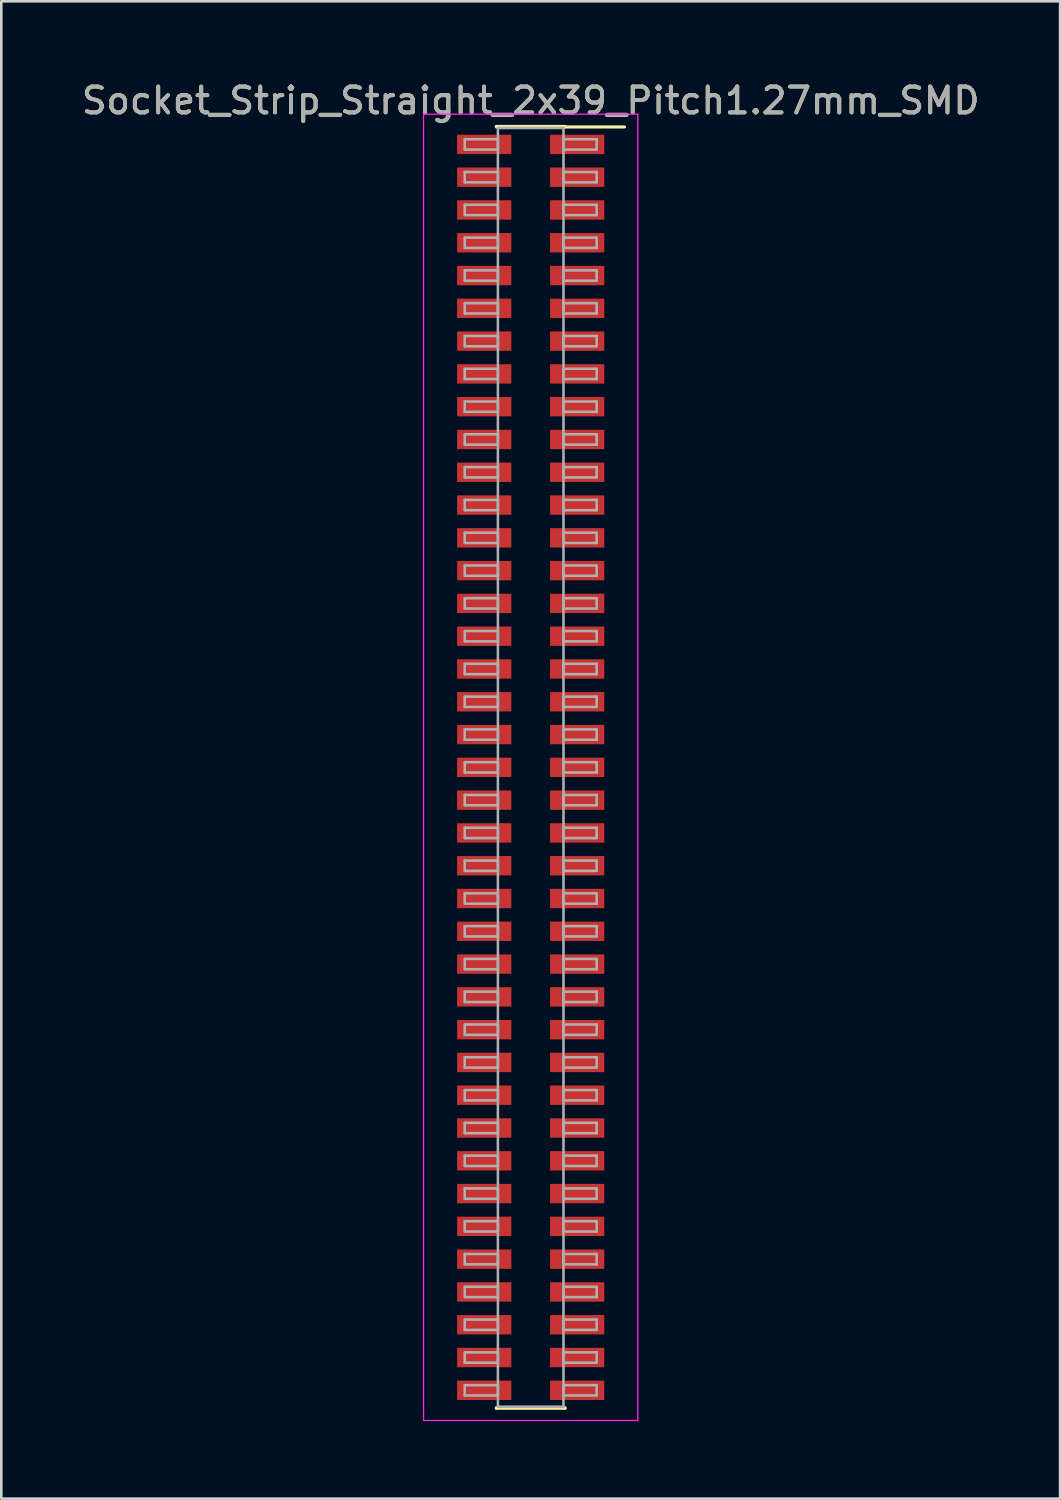
<source format=kicad_pcb>
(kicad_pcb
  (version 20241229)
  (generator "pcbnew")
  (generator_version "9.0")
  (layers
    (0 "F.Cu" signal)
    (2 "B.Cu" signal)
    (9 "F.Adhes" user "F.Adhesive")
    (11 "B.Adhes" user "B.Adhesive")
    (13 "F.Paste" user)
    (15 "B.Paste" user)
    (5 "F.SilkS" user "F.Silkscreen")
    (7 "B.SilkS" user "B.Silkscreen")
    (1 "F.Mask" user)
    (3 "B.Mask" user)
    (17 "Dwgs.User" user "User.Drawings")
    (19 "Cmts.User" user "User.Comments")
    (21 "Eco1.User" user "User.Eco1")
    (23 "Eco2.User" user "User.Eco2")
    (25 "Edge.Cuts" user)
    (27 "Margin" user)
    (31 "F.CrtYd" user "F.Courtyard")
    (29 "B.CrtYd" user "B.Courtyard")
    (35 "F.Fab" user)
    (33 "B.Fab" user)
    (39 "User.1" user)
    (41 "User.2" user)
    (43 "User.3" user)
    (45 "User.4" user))
  (footprint "Socket_Strip_Straight_2x39_Pitch1.27mm_SMD"
    (layer "F.Cu")
    (at 17.506 26.673)
    (property "Reference" "Socket_Strip_Straight_2x39_Pitch1.27mm_SMD" (at 0 -25.825 0) (layer "F.SilkS") (effects (font (size 1 1) (thickness 0.15))))
    (attr smd)
    (fp_line (start -1.33 -24.825) (end 1.33 -24.825) (stroke (width 0.12) (type solid)) (layer "F.SilkS"))
    (fp_line (start -1.33 -24.805) (end -1.33 -24.825) (stroke (width 0.12) (type solid)) (layer "F.SilkS"))
    (fp_line (start -1.33 24.805) (end -1.33 24.825) (stroke (width 0.12) (type solid)) (layer "F.SilkS"))
    (fp_line (start -1.33 24.825) (end 1.33 24.825) (stroke (width 0.12) (type solid)) (layer "F.SilkS"))
    (fp_line (start 1.33 -24.825) (end 1.33 -24.805) (stroke (width 0.12) (type solid)) (layer "F.SilkS"))
    (fp_line (start 1.33 24.825) (end 1.33 24.805) (stroke (width 0.12) (type solid)) (layer "F.SilkS"))
    (fp_line (start 3.635 -24.805) (end 1.33 -24.805) (stroke (width 0.12) (type solid)) (layer "F.SilkS"))
    (fp_line (start -4.15 -25.3) (end -4.15 25.3) (stroke (width 0.05) (type solid)) (layer "F.CrtYd"))
    (fp_line (start -4.15 25.3) (end 4.15 25.3) (stroke (width 0.05) (type solid)) (layer "F.CrtYd"))
    (fp_line (start 4.15 -25.3) (end -4.15 -25.3) (stroke (width 0.05) (type solid)) (layer "F.CrtYd"))
    (fp_line (start 4.15 25.3) (end 4.15 -25.3) (stroke (width 0.05) (type solid)) (layer "F.CrtYd"))
    (fp_line (start -2.555 -24.33) (end -1.27 -24.33) (stroke (width 0.1) (type solid)) (layer "F.Fab"))
    (fp_line (start -2.555 -23.93) (end -2.555 -24.33) (stroke (width 0.1) (type solid)) (layer "F.Fab"))
    (fp_line (start -2.555 -23.06) (end -1.27 -23.06) (stroke (width 0.1) (type solid)) (layer "F.Fab"))
    (fp_line (start -2.555 -22.66) (end -2.555 -23.06) (stroke (width 0.1) (type solid)) (layer "F.Fab"))
    (fp_line (start -2.555 -21.79) (end -1.27 -21.79) (stroke (width 0.1) (type solid)) (layer "F.Fab"))
    (fp_line (start -2.555 -21.39) (end -2.555 -21.79) (stroke (width 0.1) (type solid)) (layer "F.Fab"))
    (fp_line (start -2.555 -20.52) (end -1.27 -20.52) (stroke (width 0.1) (type solid)) (layer "F.Fab"))
    (fp_line (start -2.555 -20.12) (end -2.555 -20.52) (stroke (width 0.1) (type solid)) (layer "F.Fab"))
    (fp_line (start -2.555 -19.25) (end -1.27 -19.25) (stroke (width 0.1) (type solid)) (layer "F.Fab"))
    (fp_line (start -2.555 -18.85) (end -2.555 -19.25) (stroke (width 0.1) (type solid)) (layer "F.Fab"))
    (fp_line (start -2.555 -17.98) (end -1.27 -17.98) (stroke (width 0.1) (type solid)) (layer "F.Fab"))
    (fp_line (start -2.555 -17.58) (end -2.555 -17.98) (stroke (width 0.1) (type solid)) (layer "F.Fab"))
    (fp_line (start -2.555 -16.71) (end -1.27 -16.71) (stroke (width 0.1) (type solid)) (layer "F.Fab"))
    (fp_line (start -2.555 -16.31) (end -2.555 -16.71) (stroke (width 0.1) (type solid)) (layer "F.Fab"))
    (fp_line (start -2.555 -15.44) (end -1.27 -15.44) (stroke (width 0.1) (type solid)) (layer "F.Fab"))
    (fp_line (start -2.555 -15.04) (end -2.555 -15.44) (stroke (width 0.1) (type solid)) (layer "F.Fab"))
    (fp_line (start -2.555 -14.17) (end -1.27 -14.17) (stroke (width 0.1) (type solid)) (layer "F.Fab"))
    (fp_line (start -2.555 -13.77) (end -2.555 -14.17) (stroke (width 0.1) (type solid)) (layer "F.Fab"))
    (fp_line (start -2.555 -12.9) (end -1.27 -12.9) (stroke (width 0.1) (type solid)) (layer "F.Fab"))
    (fp_line (start -2.555 -12.5) (end -2.555 -12.9) (stroke (width 0.1) (type solid)) (layer "F.Fab"))
    (fp_line (start -2.555 -11.63) (end -1.27 -11.63) (stroke (width 0.1) (type solid)) (layer "F.Fab"))
    (fp_line (start -2.555 -11.23) (end -2.555 -11.63) (stroke (width 0.1) (type solid)) (layer "F.Fab"))
    (fp_line (start -2.555 -10.36) (end -1.27 -10.36) (stroke (width 0.1) (type solid)) (layer "F.Fab"))
    (fp_line (start -2.555 -9.96) (end -2.555 -10.36) (stroke (width 0.1) (type solid)) (layer "F.Fab"))
    (fp_line (start -2.555 -9.09) (end -1.27 -9.09) (stroke (width 0.1) (type solid)) (layer "F.Fab"))
    (fp_line (start -2.555 -8.69) (end -2.555 -9.09) (stroke (width 0.1) (type solid)) (layer "F.Fab"))
    (fp_line (start -2.555 -7.82) (end -1.27 -7.82) (stroke (width 0.1) (type solid)) (layer "F.Fab"))
    (fp_line (start -2.555 -7.42) (end -2.555 -7.82) (stroke (width 0.1) (type solid)) (layer "F.Fab"))
    (fp_line (start -2.555 -6.55) (end -1.27 -6.55) (stroke (width 0.1) (type solid)) (layer "F.Fab"))
    (fp_line (start -2.555 -6.15) (end -2.555 -6.55) (stroke (width 0.1) (type solid)) (layer "F.Fab"))
    (fp_line (start -2.555 -5.28) (end -1.27 -5.28) (stroke (width 0.1) (type solid)) (layer "F.Fab"))
    (fp_line (start -2.555 -4.88) (end -2.555 -5.28) (stroke (width 0.1) (type solid)) (layer "F.Fab"))
    (fp_line (start -2.555 -4.01) (end -1.27 -4.01) (stroke (width 0.1) (type solid)) (layer "F.Fab"))
    (fp_line (start -2.555 -3.61) (end -2.555 -4.01) (stroke (width 0.1) (type solid)) (layer "F.Fab"))
    (fp_line (start -2.555 -2.74) (end -1.27 -2.74) (stroke (width 0.1) (type solid)) (layer "F.Fab"))
    (fp_line (start -2.555 -2.34) (end -2.555 -2.74) (stroke (width 0.1) (type solid)) (layer "F.Fab"))
    (fp_line (start -2.555 -1.47) (end -1.27 -1.47) (stroke (width 0.1) (type solid)) (layer "F.Fab"))
    (fp_line (start -2.555 -1.07) (end -2.555 -1.47) (stroke (width 0.1) (type solid)) (layer "F.Fab"))
    (fp_line (start -2.555 -0.2) (end -1.27 -0.2) (stroke (width 0.1) (type solid)) (layer "F.Fab"))
    (fp_line (start -2.555 0.2) (end -2.555 -0.2) (stroke (width 0.1) (type solid)) (layer "F.Fab"))
    (fp_line (start -2.555 1.07) (end -1.27 1.07) (stroke (width 0.1) (type solid)) (layer "F.Fab"))
    (fp_line (start -2.555 1.47) (end -2.555 1.07) (stroke (width 0.1) (type solid)) (layer "F.Fab"))
    (fp_line (start -2.555 2.34) (end -1.27 2.34) (stroke (width 0.1) (type solid)) (layer "F.Fab"))
    (fp_line (start -2.555 2.74) (end -2.555 2.34) (stroke (width 0.1) (type solid)) (layer "F.Fab"))
    (fp_line (start -2.555 3.61) (end -1.27 3.61) (stroke (width 0.1) (type solid)) (layer "F.Fab"))
    (fp_line (start -2.555 4.01) (end -2.555 3.61) (stroke (width 0.1) (type solid)) (layer "F.Fab"))
    (fp_line (start -2.555 4.88) (end -1.27 4.88) (stroke (width 0.1) (type solid)) (layer "F.Fab"))
    (fp_line (start -2.555 5.28) (end -2.555 4.88) (stroke (width 0.1) (type solid)) (layer "F.Fab"))
    (fp_line (start -2.555 6.15) (end -1.27 6.15) (stroke (width 0.1) (type solid)) (layer "F.Fab"))
    (fp_line (start -2.555 6.55) (end -2.555 6.15) (stroke (width 0.1) (type solid)) (layer "F.Fab"))
    (fp_line (start -2.555 7.42) (end -1.27 7.42) (stroke (width 0.1) (type solid)) (layer "F.Fab"))
    (fp_line (start -2.555 7.82) (end -2.555 7.42) (stroke (width 0.1) (type solid)) (layer "F.Fab"))
    (fp_line (start -2.555 8.69) (end -1.27 8.69) (stroke (width 0.1) (type solid)) (layer "F.Fab"))
    (fp_line (start -2.555 9.09) (end -2.555 8.69) (stroke (width 0.1) (type solid)) (layer "F.Fab"))
    (fp_line (start -2.555 9.96) (end -1.27 9.96) (stroke (width 0.1) (type solid)) (layer "F.Fab"))
    (fp_line (start -2.555 10.36) (end -2.555 9.96) (stroke (width 0.1) (type solid)) (layer "F.Fab"))
    (fp_line (start -2.555 11.23) (end -1.27 11.23) (stroke (width 0.1) (type solid)) (layer "F.Fab"))
    (fp_line (start -2.555 11.63) (end -2.555 11.23) (stroke (width 0.1) (type solid)) (layer "F.Fab"))
    (fp_line (start -2.555 12.5) (end -1.27 12.5) (stroke (width 0.1) (type solid)) (layer "F.Fab"))
    (fp_line (start -2.555 12.9) (end -2.555 12.5) (stroke (width 0.1) (type solid)) (layer "F.Fab"))
    (fp_line (start -2.555 13.77) (end -1.27 13.77) (stroke (width 0.1) (type solid)) (layer "F.Fab"))
    (fp_line (start -2.555 14.17) (end -2.555 13.77) (stroke (width 0.1) (type solid)) (layer "F.Fab"))
    (fp_line (start -2.555 15.04) (end -1.27 15.04) (stroke (width 0.1) (type solid)) (layer "F.Fab"))
    (fp_line (start -2.555 15.44) (end -2.555 15.04) (stroke (width 0.1) (type solid)) (layer "F.Fab"))
    (fp_line (start -2.555 16.31) (end -1.27 16.31) (stroke (width 0.1) (type solid)) (layer "F.Fab"))
    (fp_line (start -2.555 16.71) (end -2.555 16.31) (stroke (width 0.1) (type solid)) (layer "F.Fab"))
    (fp_line (start -2.555 17.58) (end -1.27 17.58) (stroke (width 0.1) (type solid)) (layer "F.Fab"))
    (fp_line (start -2.555 17.98) (end -2.555 17.58) (stroke (width 0.1) (type solid)) (layer "F.Fab"))
    (fp_line (start -2.555 18.85) (end -1.27 18.85) (stroke (width 0.1) (type solid)) (layer "F.Fab"))
    (fp_line (start -2.555 19.25) (end -2.555 18.85) (stroke (width 0.1) (type solid)) (layer "F.Fab"))
    (fp_line (start -2.555 20.12) (end -1.27 20.12) (stroke (width 0.1) (type solid)) (layer "F.Fab"))
    (fp_line (start -2.555 20.52) (end -2.555 20.12) (stroke (width 0.1) (type solid)) (layer "F.Fab"))
    (fp_line (start -2.555 21.39) (end -1.27 21.39) (stroke (width 0.1) (type solid)) (layer "F.Fab"))
    (fp_line (start -2.555 21.79) (end -2.555 21.39) (stroke (width 0.1) (type solid)) (layer "F.Fab"))
    (fp_line (start -2.555 22.66) (end -1.27 22.66) (stroke (width 0.1) (type solid)) (layer "F.Fab"))
    (fp_line (start -2.555 23.06) (end -2.555 22.66) (stroke (width 0.1) (type solid)) (layer "F.Fab"))
    (fp_line (start -2.555 23.93) (end -1.27 23.93) (stroke (width 0.1) (type solid)) (layer "F.Fab"))
    (fp_line (start -2.555 24.33) (end -2.555 23.93) (stroke (width 0.1) (type solid)) (layer "F.Fab"))
    (fp_line (start -1.27 -24.765) (end -1.27 24.765) (stroke (width 0.1) (type solid)) (layer "F.Fab"))
    (fp_line (start -1.27 -24.33) (end -1.27 -23.93) (stroke (width 0.1) (type solid)) (layer "F.Fab"))
    (fp_line (start -1.27 -23.93) (end -2.555 -23.93) (stroke (width 0.1) (type solid)) (layer "F.Fab"))
    (fp_line (start -1.27 -23.06) (end -1.27 -22.66) (stroke (width 0.1) (type solid)) (layer "F.Fab"))
    (fp_line (start -1.27 -22.66) (end -2.555 -22.66) (stroke (width 0.1) (type solid)) (layer "F.Fab"))
    (fp_line (start -1.27 -21.79) (end -1.27 -21.39) (stroke (width 0.1) (type solid)) (layer "F.Fab"))
    (fp_line (start -1.27 -21.39) (end -2.555 -21.39) (stroke (width 0.1) (type solid)) (layer "F.Fab"))
    (fp_line (start -1.27 -20.52) (end -1.27 -20.12) (stroke (width 0.1) (type solid)) (layer "F.Fab"))
    (fp_line (start -1.27 -20.12) (end -2.555 -20.12) (stroke (width 0.1) (type solid)) (layer "F.Fab"))
    (fp_line (start -1.27 -19.25) (end -1.27 -18.85) (stroke (width 0.1) (type solid)) (layer "F.Fab"))
    (fp_line (start -1.27 -18.85) (end -2.555 -18.85) (stroke (width 0.1) (type solid)) (layer "F.Fab"))
    (fp_line (start -1.27 -17.98) (end -1.27 -17.58) (stroke (width 0.1) (type solid)) (layer "F.Fab"))
    (fp_line (start -1.27 -17.58) (end -2.555 -17.58) (stroke (width 0.1) (type solid)) (layer "F.Fab"))
    (fp_line (start -1.27 -16.71) (end -1.27 -16.31) (stroke (width 0.1) (type solid)) (layer "F.Fab"))
    (fp_line (start -1.27 -16.31) (end -2.555 -16.31) (stroke (width 0.1) (type solid)) (layer "F.Fab"))
    (fp_line (start -1.27 -15.44) (end -1.27 -15.04) (stroke (width 0.1) (type solid)) (layer "F.Fab"))
    (fp_line (start -1.27 -15.04) (end -2.555 -15.04) (stroke (width 0.1) (type solid)) (layer "F.Fab"))
    (fp_line (start -1.27 -14.17) (end -1.27 -13.77) (stroke (width 0.1) (type solid)) (layer "F.Fab"))
    (fp_line (start -1.27 -13.77) (end -2.555 -13.77) (stroke (width 0.1) (type solid)) (layer "F.Fab"))
    (fp_line (start -1.27 -12.9) (end -1.27 -12.5) (stroke (width 0.1) (type solid)) (layer "F.Fab"))
    (fp_line (start -1.27 -12.5) (end -2.555 -12.5) (stroke (width 0.1) (type solid)) (layer "F.Fab"))
    (fp_line (start -1.27 -11.63) (end -1.27 -11.23) (stroke (width 0.1) (type solid)) (layer "F.Fab"))
    (fp_line (start -1.27 -11.23) (end -2.555 -11.23) (stroke (width 0.1) (type solid)) (layer "F.Fab"))
    (fp_line (start -1.27 -10.36) (end -1.27 -9.96) (stroke (width 0.1) (type solid)) (layer "F.Fab"))
    (fp_line (start -1.27 -9.96) (end -2.555 -9.96) (stroke (width 0.1) (type solid)) (layer "F.Fab"))
    (fp_line (start -1.27 -9.09) (end -1.27 -8.69) (stroke (width 0.1) (type solid)) (layer "F.Fab"))
    (fp_line (start -1.27 -8.69) (end -2.555 -8.69) (stroke (width 0.1) (type solid)) (layer "F.Fab"))
    (fp_line (start -1.27 -7.82) (end -1.27 -7.42) (stroke (width 0.1) (type solid)) (layer "F.Fab"))
    (fp_line (start -1.27 -7.42) (end -2.555 -7.42) (stroke (width 0.1) (type solid)) (layer "F.Fab"))
    (fp_line (start -1.27 -6.55) (end -1.27 -6.15) (stroke (width 0.1) (type solid)) (layer "F.Fab"))
    (fp_line (start -1.27 -6.15) (end -2.555 -6.15) (stroke (width 0.1) (type solid)) (layer "F.Fab"))
    (fp_line (start -1.27 -5.28) (end -1.27 -4.88) (stroke (width 0.1) (type solid)) (layer "F.Fab"))
    (fp_line (start -1.27 -4.88) (end -2.555 -4.88) (stroke (width 0.1) (type solid)) (layer "F.Fab"))
    (fp_line (start -1.27 -4.01) (end -1.27 -3.61) (stroke (width 0.1) (type solid)) (layer "F.Fab"))
    (fp_line (start -1.27 -3.61) (end -2.555 -3.61) (stroke (width 0.1) (type solid)) (layer "F.Fab"))
    (fp_line (start -1.27 -2.74) (end -1.27 -2.34) (stroke (width 0.1) (type solid)) (layer "F.Fab"))
    (fp_line (start -1.27 -2.34) (end -2.555 -2.34) (stroke (width 0.1) (type solid)) (layer "F.Fab"))
    (fp_line (start -1.27 -1.47) (end -1.27 -1.07) (stroke (width 0.1) (type solid)) (layer "F.Fab"))
    (fp_line (start -1.27 -1.07) (end -2.555 -1.07) (stroke (width 0.1) (type solid)) (layer "F.Fab"))
    (fp_line (start -1.27 -0.2) (end -1.27 0.2) (stroke (width 0.1) (type solid)) (layer "F.Fab"))
    (fp_line (start -1.27 0.2) (end -2.555 0.2) (stroke (width 0.1) (type solid)) (layer "F.Fab"))
    (fp_line (start -1.27 1.07) (end -1.27 1.47) (stroke (width 0.1) (type solid)) (layer "F.Fab"))
    (fp_line (start -1.27 1.47) (end -2.555 1.47) (stroke (width 0.1) (type solid)) (layer "F.Fab"))
    (fp_line (start -1.27 2.34) (end -1.27 2.74) (stroke (width 0.1) (type solid)) (layer "F.Fab"))
    (fp_line (start -1.27 2.74) (end -2.555 2.74) (stroke (width 0.1) (type solid)) (layer "F.Fab"))
    (fp_line (start -1.27 3.61) (end -1.27 4.01) (stroke (width 0.1) (type solid)) (layer "F.Fab"))
    (fp_line (start -1.27 4.01) (end -2.555 4.01) (stroke (width 0.1) (type solid)) (layer "F.Fab"))
    (fp_line (start -1.27 4.88) (end -1.27 5.28) (stroke (width 0.1) (type solid)) (layer "F.Fab"))
    (fp_line (start -1.27 5.28) (end -2.555 5.28) (stroke (width 0.1) (type solid)) (layer "F.Fab"))
    (fp_line (start -1.27 6.15) (end -1.27 6.55) (stroke (width 0.1) (type solid)) (layer "F.Fab"))
    (fp_line (start -1.27 6.55) (end -2.555 6.55) (stroke (width 0.1) (type solid)) (layer "F.Fab"))
    (fp_line (start -1.27 7.42) (end -1.27 7.82) (stroke (width 0.1) (type solid)) (layer "F.Fab"))
    (fp_line (start -1.27 7.82) (end -2.555 7.82) (stroke (width 0.1) (type solid)) (layer "F.Fab"))
    (fp_line (start -1.27 8.69) (end -1.27 9.09) (stroke (width 0.1) (type solid)) (layer "F.Fab"))
    (fp_line (start -1.27 9.09) (end -2.555 9.09) (stroke (width 0.1) (type solid)) (layer "F.Fab"))
    (fp_line (start -1.27 9.96) (end -1.27 10.36) (stroke (width 0.1) (type solid)) (layer "F.Fab"))
    (fp_line (start -1.27 10.36) (end -2.555 10.36) (stroke (width 0.1) (type solid)) (layer "F.Fab"))
    (fp_line (start -1.27 11.23) (end -1.27 11.63) (stroke (width 0.1) (type solid)) (layer "F.Fab"))
    (fp_line (start -1.27 11.63) (end -2.555 11.63) (stroke (width 0.1) (type solid)) (layer "F.Fab"))
    (fp_line (start -1.27 12.5) (end -1.27 12.9) (stroke (width 0.1) (type solid)) (layer "F.Fab"))
    (fp_line (start -1.27 12.9) (end -2.555 12.9) (stroke (width 0.1) (type solid)) (layer "F.Fab"))
    (fp_line (start -1.27 13.77) (end -1.27 14.17) (stroke (width 0.1) (type solid)) (layer "F.Fab"))
    (fp_line (start -1.27 14.17) (end -2.555 14.17) (stroke (width 0.1) (type solid)) (layer "F.Fab"))
    (fp_line (start -1.27 15.04) (end -1.27 15.44) (stroke (width 0.1) (type solid)) (layer "F.Fab"))
    (fp_line (start -1.27 15.44) (end -2.555 15.44) (stroke (width 0.1) (type solid)) (layer "F.Fab"))
    (fp_line (start -1.27 16.31) (end -1.27 16.71) (stroke (width 0.1) (type solid)) (layer "F.Fab"))
    (fp_line (start -1.27 16.71) (end -2.555 16.71) (stroke (width 0.1) (type solid)) (layer "F.Fab"))
    (fp_line (start -1.27 17.58) (end -1.27 17.98) (stroke (width 0.1) (type solid)) (layer "F.Fab"))
    (fp_line (start -1.27 17.98) (end -2.555 17.98) (stroke (width 0.1) (type solid)) (layer "F.Fab"))
    (fp_line (start -1.27 18.85) (end -1.27 19.25) (stroke (width 0.1) (type solid)) (layer "F.Fab"))
    (fp_line (start -1.27 19.25) (end -2.555 19.25) (stroke (width 0.1) (type solid)) (layer "F.Fab"))
    (fp_line (start -1.27 20.12) (end -1.27 20.52) (stroke (width 0.1) (type solid)) (layer "F.Fab"))
    (fp_line (start -1.27 20.52) (end -2.555 20.52) (stroke (width 0.1) (type solid)) (layer "F.Fab"))
    (fp_line (start -1.27 21.39) (end -1.27 21.79) (stroke (width 0.1) (type solid)) (layer "F.Fab"))
    (fp_line (start -1.27 21.79) (end -2.555 21.79) (stroke (width 0.1) (type solid)) (layer "F.Fab"))
    (fp_line (start -1.27 22.66) (end -1.27 23.06) (stroke (width 0.1) (type solid)) (layer "F.Fab"))
    (fp_line (start -1.27 23.06) (end -2.555 23.06) (stroke (width 0.1) (type solid)) (layer "F.Fab"))
    (fp_line (start -1.27 23.93) (end -1.27 24.33) (stroke (width 0.1) (type solid)) (layer "F.Fab"))
    (fp_line (start -1.27 24.33) (end -2.555 24.33) (stroke (width 0.1) (type solid)) (layer "F.Fab"))
    (fp_line (start -1.27 24.765) (end 1.27 24.765) (stroke (width 0.1) (type solid)) (layer "F.Fab"))
    (fp_line (start 1.27 -24.765) (end -1.27 -24.765) (stroke (width 0.1) (type solid)) (layer "F.Fab"))
    (fp_line (start 1.27 -24.33) (end 1.27 -23.93) (stroke (width 0.1) (type solid)) (layer "F.Fab"))
    (fp_line (start 1.27 -23.93) (end 2.555 -23.93) (stroke (width 0.1) (type solid)) (layer "F.Fab"))
    (fp_line (start 1.27 -23.06) (end 1.27 -22.66) (stroke (width 0.1) (type solid)) (layer "F.Fab"))
    (fp_line (start 1.27 -22.66) (end 2.555 -22.66) (stroke (width 0.1) (type solid)) (layer "F.Fab"))
    (fp_line (start 1.27 -21.79) (end 1.27 -21.39) (stroke (width 0.1) (type solid)) (layer "F.Fab"))
    (fp_line (start 1.27 -21.39) (end 2.555 -21.39) (stroke (width 0.1) (type solid)) (layer "F.Fab"))
    (fp_line (start 1.27 -20.52) (end 1.27 -20.12) (stroke (width 0.1) (type solid)) (layer "F.Fab"))
    (fp_line (start 1.27 -20.12) (end 2.555 -20.12) (stroke (width 0.1) (type solid)) (layer "F.Fab"))
    (fp_line (start 1.27 -19.25) (end 1.27 -18.85) (stroke (width 0.1) (type solid)) (layer "F.Fab"))
    (fp_line (start 1.27 -18.85) (end 2.555 -18.85) (stroke (width 0.1) (type solid)) (layer "F.Fab"))
    (fp_line (start 1.27 -17.98) (end 1.27 -17.58) (stroke (width 0.1) (type solid)) (layer "F.Fab"))
    (fp_line (start 1.27 -17.58) (end 2.555 -17.58) (stroke (width 0.1) (type solid)) (layer "F.Fab"))
    (fp_line (start 1.27 -16.71) (end 1.27 -16.31) (stroke (width 0.1) (type solid)) (layer "F.Fab"))
    (fp_line (start 1.27 -16.31) (end 2.555 -16.31) (stroke (width 0.1) (type solid)) (layer "F.Fab"))
    (fp_line (start 1.27 -15.44) (end 1.27 -15.04) (stroke (width 0.1) (type solid)) (layer "F.Fab"))
    (fp_line (start 1.27 -15.04) (end 2.555 -15.04) (stroke (width 0.1) (type solid)) (layer "F.Fab"))
    (fp_line (start 1.27 -14.17) (end 1.27 -13.77) (stroke (width 0.1) (type solid)) (layer "F.Fab"))
    (fp_line (start 1.27 -13.77) (end 2.555 -13.77) (stroke (width 0.1) (type solid)) (layer "F.Fab"))
    (fp_line (start 1.27 -12.9) (end 1.27 -12.5) (stroke (width 0.1) (type solid)) (layer "F.Fab"))
    (fp_line (start 1.27 -12.5) (end 2.555 -12.5) (stroke (width 0.1) (type solid)) (layer "F.Fab"))
    (fp_line (start 1.27 -11.63) (end 1.27 -11.23) (stroke (width 0.1) (type solid)) (layer "F.Fab"))
    (fp_line (start 1.27 -11.23) (end 2.555 -11.23) (stroke (width 0.1) (type solid)) (layer "F.Fab"))
    (fp_line (start 1.27 -10.36) (end 1.27 -9.96) (stroke (width 0.1) (type solid)) (layer "F.Fab"))
    (fp_line (start 1.27 -9.96) (end 2.555 -9.96) (stroke (width 0.1) (type solid)) (layer "F.Fab"))
    (fp_line (start 1.27 -9.09) (end 1.27 -8.69) (stroke (width 0.1) (type solid)) (layer "F.Fab"))
    (fp_line (start 1.27 -8.69) (end 2.555 -8.69) (stroke (width 0.1) (type solid)) (layer "F.Fab"))
    (fp_line (start 1.27 -7.82) (end 1.27 -7.42) (stroke (width 0.1) (type solid)) (layer "F.Fab"))
    (fp_line (start 1.27 -7.42) (end 2.555 -7.42) (stroke (width 0.1) (type solid)) (layer "F.Fab"))
    (fp_line (start 1.27 -6.55) (end 1.27 -6.15) (stroke (width 0.1) (type solid)) (layer "F.Fab"))
    (fp_line (start 1.27 -6.15) (end 2.555 -6.15) (stroke (width 0.1) (type solid)) (layer "F.Fab"))
    (fp_line (start 1.27 -5.28) (end 1.27 -4.88) (stroke (width 0.1) (type solid)) (layer "F.Fab"))
    (fp_line (start 1.27 -4.88) (end 2.555 -4.88) (stroke (width 0.1) (type solid)) (layer "F.Fab"))
    (fp_line (start 1.27 -4.01) (end 1.27 -3.61) (stroke (width 0.1) (type solid)) (layer "F.Fab"))
    (fp_line (start 1.27 -3.61) (end 2.555 -3.61) (stroke (width 0.1) (type solid)) (layer "F.Fab"))
    (fp_line (start 1.27 -2.74) (end 1.27 -2.34) (stroke (width 0.1) (type solid)) (layer "F.Fab"))
    (fp_line (start 1.27 -2.34) (end 2.555 -2.34) (stroke (width 0.1) (type solid)) (layer "F.Fab"))
    (fp_line (start 1.27 -1.47) (end 1.27 -1.07) (stroke (width 0.1) (type solid)) (layer "F.Fab"))
    (fp_line (start 1.27 -1.07) (end 2.555 -1.07) (stroke (width 0.1) (type solid)) (layer "F.Fab"))
    (fp_line (start 1.27 -0.2) (end 1.27 0.2) (stroke (width 0.1) (type solid)) (layer "F.Fab"))
    (fp_line (start 1.27 0.2) (end 2.555 0.2) (stroke (width 0.1) (type solid)) (layer "F.Fab"))
    (fp_line (start 1.27 1.07) (end 1.27 1.47) (stroke (width 0.1) (type solid)) (layer "F.Fab"))
    (fp_line (start 1.27 1.47) (end 2.555 1.47) (stroke (width 0.1) (type solid)) (layer "F.Fab"))
    (fp_line (start 1.27 2.34) (end 1.27 2.74) (stroke (width 0.1) (type solid)) (layer "F.Fab"))
    (fp_line (start 1.27 2.74) (end 2.555 2.74) (stroke (width 0.1) (type solid)) (layer "F.Fab"))
    (fp_line (start 1.27 3.61) (end 1.27 4.01) (stroke (width 0.1) (type solid)) (layer "F.Fab"))
    (fp_line (start 1.27 4.01) (end 2.555 4.01) (stroke (width 0.1) (type solid)) (layer "F.Fab"))
    (fp_line (start 1.27 4.88) (end 1.27 5.28) (stroke (width 0.1) (type solid)) (layer "F.Fab"))
    (fp_line (start 1.27 5.28) (end 2.555 5.28) (stroke (width 0.1) (type solid)) (layer "F.Fab"))
    (fp_line (start 1.27 6.15) (end 1.27 6.55) (stroke (width 0.1) (type solid)) (layer "F.Fab"))
    (fp_line (start 1.27 6.55) (end 2.555 6.55) (stroke (width 0.1) (type solid)) (layer "F.Fab"))
    (fp_line (start 1.27 7.42) (end 1.27 7.82) (stroke (width 0.1) (type solid)) (layer "F.Fab"))
    (fp_line (start 1.27 7.82) (end 2.555 7.82) (stroke (width 0.1) (type solid)) (layer "F.Fab"))
    (fp_line (start 1.27 8.69) (end 1.27 9.09) (stroke (width 0.1) (type solid)) (layer "F.Fab"))
    (fp_line (start 1.27 9.09) (end 2.555 9.09) (stroke (width 0.1) (type solid)) (layer "F.Fab"))
    (fp_line (start 1.27 9.96) (end 1.27 10.36) (stroke (width 0.1) (type solid)) (layer "F.Fab"))
    (fp_line (start 1.27 10.36) (end 2.555 10.36) (stroke (width 0.1) (type solid)) (layer "F.Fab"))
    (fp_line (start 1.27 11.23) (end 1.27 11.63) (stroke (width 0.1) (type solid)) (layer "F.Fab"))
    (fp_line (start 1.27 11.63) (end 2.555 11.63) (stroke (width 0.1) (type solid)) (layer "F.Fab"))
    (fp_line (start 1.27 12.5) (end 1.27 12.9) (stroke (width 0.1) (type solid)) (layer "F.Fab"))
    (fp_line (start 1.27 12.9) (end 2.555 12.9) (stroke (width 0.1) (type solid)) (layer "F.Fab"))
    (fp_line (start 1.27 13.77) (end 1.27 14.17) (stroke (width 0.1) (type solid)) (layer "F.Fab"))
    (fp_line (start 1.27 14.17) (end 2.555 14.17) (stroke (width 0.1) (type solid)) (layer "F.Fab"))
    (fp_line (start 1.27 15.04) (end 1.27 15.44) (stroke (width 0.1) (type solid)) (layer "F.Fab"))
    (fp_line (start 1.27 15.44) (end 2.555 15.44) (stroke (width 0.1) (type solid)) (layer "F.Fab"))
    (fp_line (start 1.27 16.31) (end 1.27 16.71) (stroke (width 0.1) (type solid)) (layer "F.Fab"))
    (fp_line (start 1.27 16.71) (end 2.555 16.71) (stroke (width 0.1) (type solid)) (layer "F.Fab"))
    (fp_line (start 1.27 17.58) (end 1.27 17.98) (stroke (width 0.1) (type solid)) (layer "F.Fab"))
    (fp_line (start 1.27 17.98) (end 2.555 17.98) (stroke (width 0.1) (type solid)) (layer "F.Fab"))
    (fp_line (start 1.27 18.85) (end 1.27 19.25) (stroke (width 0.1) (type solid)) (layer "F.Fab"))
    (fp_line (start 1.27 19.25) (end 2.555 19.25) (stroke (width 0.1) (type solid)) (layer "F.Fab"))
    (fp_line (start 1.27 20.12) (end 1.27 20.52) (stroke (width 0.1) (type solid)) (layer "F.Fab"))
    (fp_line (start 1.27 20.52) (end 2.555 20.52) (stroke (width 0.1) (type solid)) (layer "F.Fab"))
    (fp_line (start 1.27 21.39) (end 1.27 21.79) (stroke (width 0.1) (type solid)) (layer "F.Fab"))
    (fp_line (start 1.27 21.79) (end 2.555 21.79) (stroke (width 0.1) (type solid)) (layer "F.Fab"))
    (fp_line (start 1.27 22.66) (end 1.27 23.06) (stroke (width 0.1) (type solid)) (layer "F.Fab"))
    (fp_line (start 1.27 23.06) (end 2.555 23.06) (stroke (width 0.1) (type solid)) (layer "F.Fab"))
    (fp_line (start 1.27 23.93) (end 1.27 24.33) (stroke (width 0.1) (type solid)) (layer "F.Fab"))
    (fp_line (start 1.27 24.33) (end 2.555 24.33) (stroke (width 0.1) (type solid)) (layer "F.Fab"))
    (fp_line (start 1.27 24.765) (end 1.27 -24.765) (stroke (width 0.1) (type solid)) (layer "F.Fab"))
    (fp_line (start 2.555 -24.33) (end 1.27 -24.33) (stroke (width 0.1) (type solid)) (layer "F.Fab"))
    (fp_line (start 2.555 -23.93) (end 2.555 -24.33) (stroke (width 0.1) (type solid)) (layer "F.Fab"))
    (fp_line (start 2.555 -23.06) (end 1.27 -23.06) (stroke (width 0.1) (type solid)) (layer "F.Fab"))
    (fp_line (start 2.555 -22.66) (end 2.555 -23.06) (stroke (width 0.1) (type solid)) (layer "F.Fab"))
    (fp_line (start 2.555 -21.79) (end 1.27 -21.79) (stroke (width 0.1) (type solid)) (layer "F.Fab"))
    (fp_line (start 2.555 -21.39) (end 2.555 -21.79) (stroke (width 0.1) (type solid)) (layer "F.Fab"))
    (fp_line (start 2.555 -20.52) (end 1.27 -20.52) (stroke (width 0.1) (type solid)) (layer "F.Fab"))
    (fp_line (start 2.555 -20.12) (end 2.555 -20.52) (stroke (width 0.1) (type solid)) (layer "F.Fab"))
    (fp_line (start 2.555 -19.25) (end 1.27 -19.25) (stroke (width 0.1) (type solid)) (layer "F.Fab"))
    (fp_line (start 2.555 -18.85) (end 2.555 -19.25) (stroke (width 0.1) (type solid)) (layer "F.Fab"))
    (fp_line (start 2.555 -17.98) (end 1.27 -17.98) (stroke (width 0.1) (type solid)) (layer "F.Fab"))
    (fp_line (start 2.555 -17.58) (end 2.555 -17.98) (stroke (width 0.1) (type solid)) (layer "F.Fab"))
    (fp_line (start 2.555 -16.71) (end 1.27 -16.71) (stroke (width 0.1) (type solid)) (layer "F.Fab"))
    (fp_line (start 2.555 -16.31) (end 2.555 -16.71) (stroke (width 0.1) (type solid)) (layer "F.Fab"))
    (fp_line (start 2.555 -15.44) (end 1.27 -15.44) (stroke (width 0.1) (type solid)) (layer "F.Fab"))
    (fp_line (start 2.555 -15.04) (end 2.555 -15.44) (stroke (width 0.1) (type solid)) (layer "F.Fab"))
    (fp_line (start 2.555 -14.17) (end 1.27 -14.17) (stroke (width 0.1) (type solid)) (layer "F.Fab"))
    (fp_line (start 2.555 -13.77) (end 2.555 -14.17) (stroke (width 0.1) (type solid)) (layer "F.Fab"))
    (fp_line (start 2.555 -12.9) (end 1.27 -12.9) (stroke (width 0.1) (type solid)) (layer "F.Fab"))
    (fp_line (start 2.555 -12.5) (end 2.555 -12.9) (stroke (width 0.1) (type solid)) (layer "F.Fab"))
    (fp_line (start 2.555 -11.63) (end 1.27 -11.63) (stroke (width 0.1) (type solid)) (layer "F.Fab"))
    (fp_line (start 2.555 -11.23) (end 2.555 -11.63) (stroke (width 0.1) (type solid)) (layer "F.Fab"))
    (fp_line (start 2.555 -10.36) (end 1.27 -10.36) (stroke (width 0.1) (type solid)) (layer "F.Fab"))
    (fp_line (start 2.555 -9.96) (end 2.555 -10.36) (stroke (width 0.1) (type solid)) (layer "F.Fab"))
    (fp_line (start 2.555 -9.09) (end 1.27 -9.09) (stroke (width 0.1) (type solid)) (layer "F.Fab"))
    (fp_line (start 2.555 -8.69) (end 2.555 -9.09) (stroke (width 0.1) (type solid)) (layer "F.Fab"))
    (fp_line (start 2.555 -7.82) (end 1.27 -7.82) (stroke (width 0.1) (type solid)) (layer "F.Fab"))
    (fp_line (start 2.555 -7.42) (end 2.555 -7.82) (stroke (width 0.1) (type solid)) (layer "F.Fab"))
    (fp_line (start 2.555 -6.55) (end 1.27 -6.55) (stroke (width 0.1) (type solid)) (layer "F.Fab"))
    (fp_line (start 2.555 -6.15) (end 2.555 -6.55) (stroke (width 0.1) (type solid)) (layer "F.Fab"))
    (fp_line (start 2.555 -5.28) (end 1.27 -5.28) (stroke (width 0.1) (type solid)) (layer "F.Fab"))
    (fp_line (start 2.555 -4.88) (end 2.555 -5.28) (stroke (width 0.1) (type solid)) (layer "F.Fab"))
    (fp_line (start 2.555 -4.01) (end 1.27 -4.01) (stroke (width 0.1) (type solid)) (layer "F.Fab"))
    (fp_line (start 2.555 -3.61) (end 2.555 -4.01) (stroke (width 0.1) (type solid)) (layer "F.Fab"))
    (fp_line (start 2.555 -2.74) (end 1.27 -2.74) (stroke (width 0.1) (type solid)) (layer "F.Fab"))
    (fp_line (start 2.555 -2.34) (end 2.555 -2.74) (stroke (width 0.1) (type solid)) (layer "F.Fab"))
    (fp_line (start 2.555 -1.47) (end 1.27 -1.47) (stroke (width 0.1) (type solid)) (layer "F.Fab"))
    (fp_line (start 2.555 -1.07) (end 2.555 -1.47) (stroke (width 0.1) (type solid)) (layer "F.Fab"))
    (fp_line (start 2.555 -0.2) (end 1.27 -0.2) (stroke (width 0.1) (type solid)) (layer "F.Fab"))
    (fp_line (start 2.555 0.2) (end 2.555 -0.2) (stroke (width 0.1) (type solid)) (layer "F.Fab"))
    (fp_line (start 2.555 1.07) (end 1.27 1.07) (stroke (width 0.1) (type solid)) (layer "F.Fab"))
    (fp_line (start 2.555 1.47) (end 2.555 1.07) (stroke (width 0.1) (type solid)) (layer "F.Fab"))
    (fp_line (start 2.555 2.34) (end 1.27 2.34) (stroke (width 0.1) (type solid)) (layer "F.Fab"))
    (fp_line (start 2.555 2.74) (end 2.555 2.34) (stroke (width 0.1) (type solid)) (layer "F.Fab"))
    (fp_line (start 2.555 3.61) (end 1.27 3.61) (stroke (width 0.1) (type solid)) (layer "F.Fab"))
    (fp_line (start 2.555 4.01) (end 2.555 3.61) (stroke (width 0.1) (type solid)) (layer "F.Fab"))
    (fp_line (start 2.555 4.88) (end 1.27 4.88) (stroke (width 0.1) (type solid)) (layer "F.Fab"))
    (fp_line (start 2.555 5.28) (end 2.555 4.88) (stroke (width 0.1) (type solid)) (layer "F.Fab"))
    (fp_line (start 2.555 6.15) (end 1.27 6.15) (stroke (width 0.1) (type solid)) (layer "F.Fab"))
    (fp_line (start 2.555 6.55) (end 2.555 6.15) (stroke (width 0.1) (type solid)) (layer "F.Fab"))
    (fp_line (start 2.555 7.42) (end 1.27 7.42) (stroke (width 0.1) (type solid)) (layer "F.Fab"))
    (fp_line (start 2.555 7.82) (end 2.555 7.42) (stroke (width 0.1) (type solid)) (layer "F.Fab"))
    (fp_line (start 2.555 8.69) (end 1.27 8.69) (stroke (width 0.1) (type solid)) (layer "F.Fab"))
    (fp_line (start 2.555 9.09) (end 2.555 8.69) (stroke (width 0.1) (type solid)) (layer "F.Fab"))
    (fp_line (start 2.555 9.96) (end 1.27 9.96) (stroke (width 0.1) (type solid)) (layer "F.Fab"))
    (fp_line (start 2.555 10.36) (end 2.555 9.96) (stroke (width 0.1) (type solid)) (layer "F.Fab"))
    (fp_line (start 2.555 11.23) (end 1.27 11.23) (stroke (width 0.1) (type solid)) (layer "F.Fab"))
    (fp_line (start 2.555 11.63) (end 2.555 11.23) (stroke (width 0.1) (type solid)) (layer "F.Fab"))
    (fp_line (start 2.555 12.5) (end 1.27 12.5) (stroke (width 0.1) (type solid)) (layer "F.Fab"))
    (fp_line (start 2.555 12.9) (end 2.555 12.5) (stroke (width 0.1) (type solid)) (layer "F.Fab"))
    (fp_line (start 2.555 13.77) (end 1.27 13.77) (stroke (width 0.1) (type solid)) (layer "F.Fab"))
    (fp_line (start 2.555 14.17) (end 2.555 13.77) (stroke (width 0.1) (type solid)) (layer "F.Fab"))
    (fp_line (start 2.555 15.04) (end 1.27 15.04) (stroke (width 0.1) (type solid)) (layer "F.Fab"))
    (fp_line (start 2.555 15.44) (end 2.555 15.04) (stroke (width 0.1) (type solid)) (layer "F.Fab"))
    (fp_line (start 2.555 16.31) (end 1.27 16.31) (stroke (width 0.1) (type solid)) (layer "F.Fab"))
    (fp_line (start 2.555 16.71) (end 2.555 16.31) (stroke (width 0.1) (type solid)) (layer "F.Fab"))
    (fp_line (start 2.555 17.58) (end 1.27 17.58) (stroke (width 0.1) (type solid)) (layer "F.Fab"))
    (fp_line (start 2.555 17.98) (end 2.555 17.58) (stroke (width 0.1) (type solid)) (layer "F.Fab"))
    (fp_line (start 2.555 18.85) (end 1.27 18.85) (stroke (width 0.1) (type solid)) (layer "F.Fab"))
    (fp_line (start 2.555 19.25) (end 2.555 18.85) (stroke (width 0.1) (type solid)) (layer "F.Fab"))
    (fp_line (start 2.555 20.12) (end 1.27 20.12) (stroke (width 0.1) (type solid)) (layer "F.Fab"))
    (fp_line (start 2.555 20.52) (end 2.555 20.12) (stroke (width 0.1) (type solid)) (layer "F.Fab"))
    (fp_line (start 2.555 21.39) (end 1.27 21.39) (stroke (width 0.1) (type solid)) (layer "F.Fab"))
    (fp_line (start 2.555 21.79) (end 2.555 21.39) (stroke (width 0.1) (type solid)) (layer "F.Fab"))
    (fp_line (start 2.555 22.66) (end 1.27 22.66) (stroke (width 0.1) (type solid)) (layer "F.Fab"))
    (fp_line (start 2.555 23.06) (end 2.555 22.66) (stroke (width 0.1) (type solid)) (layer "F.Fab"))
    (fp_line (start 2.555 23.93) (end 1.27 23.93) (stroke (width 0.1) (type solid)) (layer "F.Fab"))
    (fp_line (start 2.555 24.33) (end 2.555 23.93) (stroke (width 0.1) (type solid)) (layer "F.Fab"))
    (fp_text user "${REFERENCE}" (at 0 -25.825 0) (layer "F.Fab") (effects (font (size 1 1) (thickness 0.15))))
    (pad "1" smd rect (at 1.8 -24.13) (size 2.1 0.75) (layers "F.Cu" "F.Mask" "F.Paste"))
    (pad "2" smd rect (at -1.8 -24.13) (size 2.1 0.75) (layers "F.Cu" "F.Mask" "F.Paste"))
    (pad "3" smd rect (at 1.8 -22.86) (size 2.1 0.75) (layers "F.Cu" "F.Mask" "F.Paste"))
    (pad "4" smd rect (at -1.8 -22.86) (size 2.1 0.75) (layers "F.Cu" "F.Mask" "F.Paste"))
    (pad "5" smd rect (at 1.8 -21.59) (size 2.1 0.75) (layers "F.Cu" "F.Mask" "F.Paste"))
    (pad "6" smd rect (at -1.8 -21.59) (size 2.1 0.75) (layers "F.Cu" "F.Mask" "F.Paste"))
    (pad "7" smd rect (at 1.8 -20.32) (size 2.1 0.75) (layers "F.Cu" "F.Mask" "F.Paste"))
    (pad "8" smd rect (at -1.8 -20.32) (size 2.1 0.75) (layers "F.Cu" "F.Mask" "F.Paste"))
    (pad "9" smd rect (at 1.8 -19.05) (size 2.1 0.75) (layers "F.Cu" "F.Mask" "F.Paste"))
    (pad "10" smd rect (at -1.8 -19.05) (size 2.1 0.75) (layers "F.Cu" "F.Mask" "F.Paste"))
    (pad "11" smd rect (at 1.8 -17.78) (size 2.1 0.75) (layers "F.Cu" "F.Mask" "F.Paste"))
    (pad "12" smd rect (at -1.8 -17.78) (size 2.1 0.75) (layers "F.Cu" "F.Mask" "F.Paste"))
    (pad "13" smd rect (at 1.8 -16.51) (size 2.1 0.75) (layers "F.Cu" "F.Mask" "F.Paste"))
    (pad "14" smd rect (at -1.8 -16.51) (size 2.1 0.75) (layers "F.Cu" "F.Mask" "F.Paste"))
    (pad "15" smd rect (at 1.8 -15.24) (size 2.1 0.75) (layers "F.Cu" "F.Mask" "F.Paste"))
    (pad "16" smd rect (at -1.8 -15.24) (size 2.1 0.75) (layers "F.Cu" "F.Mask" "F.Paste"))
    (pad "17" smd rect (at 1.8 -13.97) (size 2.1 0.75) (layers "F.Cu" "F.Mask" "F.Paste"))
    (pad "18" smd rect (at -1.8 -13.97) (size 2.1 0.75) (layers "F.Cu" "F.Mask" "F.Paste"))
    (pad "19" smd rect (at 1.8 -12.7) (size 2.1 0.75) (layers "F.Cu" "F.Mask" "F.Paste"))
    (pad "20" smd rect (at -1.8 -12.7) (size 2.1 0.75) (layers "F.Cu" "F.Mask" "F.Paste"))
    (pad "21" smd rect (at 1.8 -11.43) (size 2.1 0.75) (layers "F.Cu" "F.Mask" "F.Paste"))
    (pad "22" smd rect (at -1.8 -11.43) (size 2.1 0.75) (layers "F.Cu" "F.Mask" "F.Paste"))
    (pad "23" smd rect (at 1.8 -10.16) (size 2.1 0.75) (layers "F.Cu" "F.Mask" "F.Paste"))
    (pad "24" smd rect (at -1.8 -10.16) (size 2.1 0.75) (layers "F.Cu" "F.Mask" "F.Paste"))
    (pad "25" smd rect (at 1.8 -8.89) (size 2.1 0.75) (layers "F.Cu" "F.Mask" "F.Paste"))
    (pad "26" smd rect (at -1.8 -8.89) (size 2.1 0.75) (layers "F.Cu" "F.Mask" "F.Paste"))
    (pad "27" smd rect (at 1.8 -7.62) (size 2.1 0.75) (layers "F.Cu" "F.Mask" "F.Paste"))
    (pad "28" smd rect (at -1.8 -7.62) (size 2.1 0.75) (layers "F.Cu" "F.Mask" "F.Paste"))
    (pad "29" smd rect (at 1.8 -6.35) (size 2.1 0.75) (layers "F.Cu" "F.Mask" "F.Paste"))
    (pad "30" smd rect (at -1.8 -6.35) (size 2.1 0.75) (layers "F.Cu" "F.Mask" "F.Paste"))
    (pad "31" smd rect (at 1.8 -5.08) (size 2.1 0.75) (layers "F.Cu" "F.Mask" "F.Paste"))
    (pad "32" smd rect (at -1.8 -5.08) (size 2.1 0.75) (layers "F.Cu" "F.Mask" "F.Paste"))
    (pad "33" smd rect (at 1.8 -3.81) (size 2.1 0.75) (layers "F.Cu" "F.Mask" "F.Paste"))
    (pad "34" smd rect (at -1.8 -3.81) (size 2.1 0.75) (layers "F.Cu" "F.Mask" "F.Paste"))
    (pad "35" smd rect (at 1.8 -2.54) (size 2.1 0.75) (layers "F.Cu" "F.Mask" "F.Paste"))
    (pad "36" smd rect (at -1.8 -2.54) (size 2.1 0.75) (layers "F.Cu" "F.Mask" "F.Paste"))
    (pad "37" smd rect (at 1.8 -1.27) (size 2.1 0.75) (layers "F.Cu" "F.Mask" "F.Paste"))
    (pad "38" smd rect (at -1.8 -1.27) (size 2.1 0.75) (layers "F.Cu" "F.Mask" "F.Paste"))
    (pad "39" smd rect (at 1.8 0) (size 2.1 0.75) (layers "F.Cu" "F.Mask" "F.Paste"))
    (pad "40" smd rect (at -1.8 0) (size 2.1 0.75) (layers "F.Cu" "F.Mask" "F.Paste"))
    (pad "41" smd rect (at 1.8 1.27) (size 2.1 0.75) (layers "F.Cu" "F.Mask" "F.Paste"))
    (pad "42" smd rect (at -1.8 1.27) (size 2.1 0.75) (layers "F.Cu" "F.Mask" "F.Paste"))
    (pad "43" smd rect (at 1.8 2.54) (size 2.1 0.75) (layers "F.Cu" "F.Mask" "F.Paste"))
    (pad "44" smd rect (at -1.8 2.54) (size 2.1 0.75) (layers "F.Cu" "F.Mask" "F.Paste"))
    (pad "45" smd rect (at 1.8 3.81) (size 2.1 0.75) (layers "F.Cu" "F.Mask" "F.Paste"))
    (pad "46" smd rect (at -1.8 3.81) (size 2.1 0.75) (layers "F.Cu" "F.Mask" "F.Paste"))
    (pad "47" smd rect (at 1.8 5.08) (size 2.1 0.75) (layers "F.Cu" "F.Mask" "F.Paste"))
    (pad "48" smd rect (at -1.8 5.08) (size 2.1 0.75) (layers "F.Cu" "F.Mask" "F.Paste"))
    (pad "49" smd rect (at 1.8 6.35) (size 2.1 0.75) (layers "F.Cu" "F.Mask" "F.Paste"))
    (pad "50" smd rect (at -1.8 6.35) (size 2.1 0.75) (layers "F.Cu" "F.Mask" "F.Paste"))
    (pad "51" smd rect (at 1.8 7.62) (size 2.1 0.75) (layers "F.Cu" "F.Mask" "F.Paste"))
    (pad "52" smd rect (at -1.8 7.62) (size 2.1 0.75) (layers "F.Cu" "F.Mask" "F.Paste"))
    (pad "53" smd rect (at 1.8 8.89) (size 2.1 0.75) (layers "F.Cu" "F.Mask" "F.Paste"))
    (pad "54" smd rect (at -1.8 8.89) (size 2.1 0.75) (layers "F.Cu" "F.Mask" "F.Paste"))
    (pad "55" smd rect (at 1.8 10.16) (size 2.1 0.75) (layers "F.Cu" "F.Mask" "F.Paste"))
    (pad "56" smd rect (at -1.8 10.16) (size 2.1 0.75) (layers "F.Cu" "F.Mask" "F.Paste"))
    (pad "57" smd rect (at 1.8 11.43) (size 2.1 0.75) (layers "F.Cu" "F.Mask" "F.Paste"))
    (pad "58" smd rect (at -1.8 11.43) (size 2.1 0.75) (layers "F.Cu" "F.Mask" "F.Paste"))
    (pad "59" smd rect (at 1.8 12.7) (size 2.1 0.75) (layers "F.Cu" "F.Mask" "F.Paste"))
    (pad "60" smd rect (at -1.8 12.7) (size 2.1 0.75) (layers "F.Cu" "F.Mask" "F.Paste"))
    (pad "61" smd rect (at 1.8 13.97) (size 2.1 0.75) (layers "F.Cu" "F.Mask" "F.Paste"))
    (pad "62" smd rect (at -1.8 13.97) (size 2.1 0.75) (layers "F.Cu" "F.Mask" "F.Paste"))
    (pad "63" smd rect (at 1.8 15.24) (size 2.1 0.75) (layers "F.Cu" "F.Mask" "F.Paste"))
    (pad "64" smd rect (at -1.8 15.24) (size 2.1 0.75) (layers "F.Cu" "F.Mask" "F.Paste"))
    (pad "65" smd rect (at 1.8 16.51) (size 2.1 0.75) (layers "F.Cu" "F.Mask" "F.Paste"))
    (pad "66" smd rect (at -1.8 16.51) (size 2.1 0.75) (layers "F.Cu" "F.Mask" "F.Paste"))
    (pad "67" smd rect (at 1.8 17.78) (size 2.1 0.75) (layers "F.Cu" "F.Mask" "F.Paste"))
    (pad "68" smd rect (at -1.8 17.78) (size 2.1 0.75) (layers "F.Cu" "F.Mask" "F.Paste"))
    (pad "69" smd rect (at 1.8 19.05) (size 2.1 0.75) (layers "F.Cu" "F.Mask" "F.Paste"))
    (pad "70" smd rect (at -1.8 19.05) (size 2.1 0.75) (layers "F.Cu" "F.Mask" "F.Paste"))
    (pad "71" smd rect (at 1.8 20.32) (size 2.1 0.75) (layers "F.Cu" "F.Mask" "F.Paste"))
    (pad "72" smd rect (at -1.8 20.32) (size 2.1 0.75) (layers "F.Cu" "F.Mask" "F.Paste"))
    (pad "73" smd rect (at 1.8 21.59) (size 2.1 0.75) (layers "F.Cu" "F.Mask" "F.Paste"))
    (pad "74" smd rect (at -1.8 21.59) (size 2.1 0.75) (layers "F.Cu" "F.Mask" "F.Paste"))
    (pad "75" smd rect (at 1.8 22.86) (size 2.1 0.75) (layers "F.Cu" "F.Mask" "F.Paste"))
    (pad "76" smd rect (at -1.8 22.86) (size 2.1 0.75) (layers "F.Cu" "F.Mask" "F.Paste"))
    (pad "77" smd rect (at 1.8 24.13) (size 2.1 0.75) (layers "F.Cu" "F.Mask" "F.Paste"))
    (pad "78" smd rect (at -1.8 24.13) (size 2.1 0.75) (layers "F.Cu" "F.Mask" "F.Paste")))
  (gr_rect
    (start -3 -3)
    (end 38.012 54.998)
    (stroke (width 0.1) (type default))
    (fill no)
    (layer "Edge.Cuts")))
</source>
